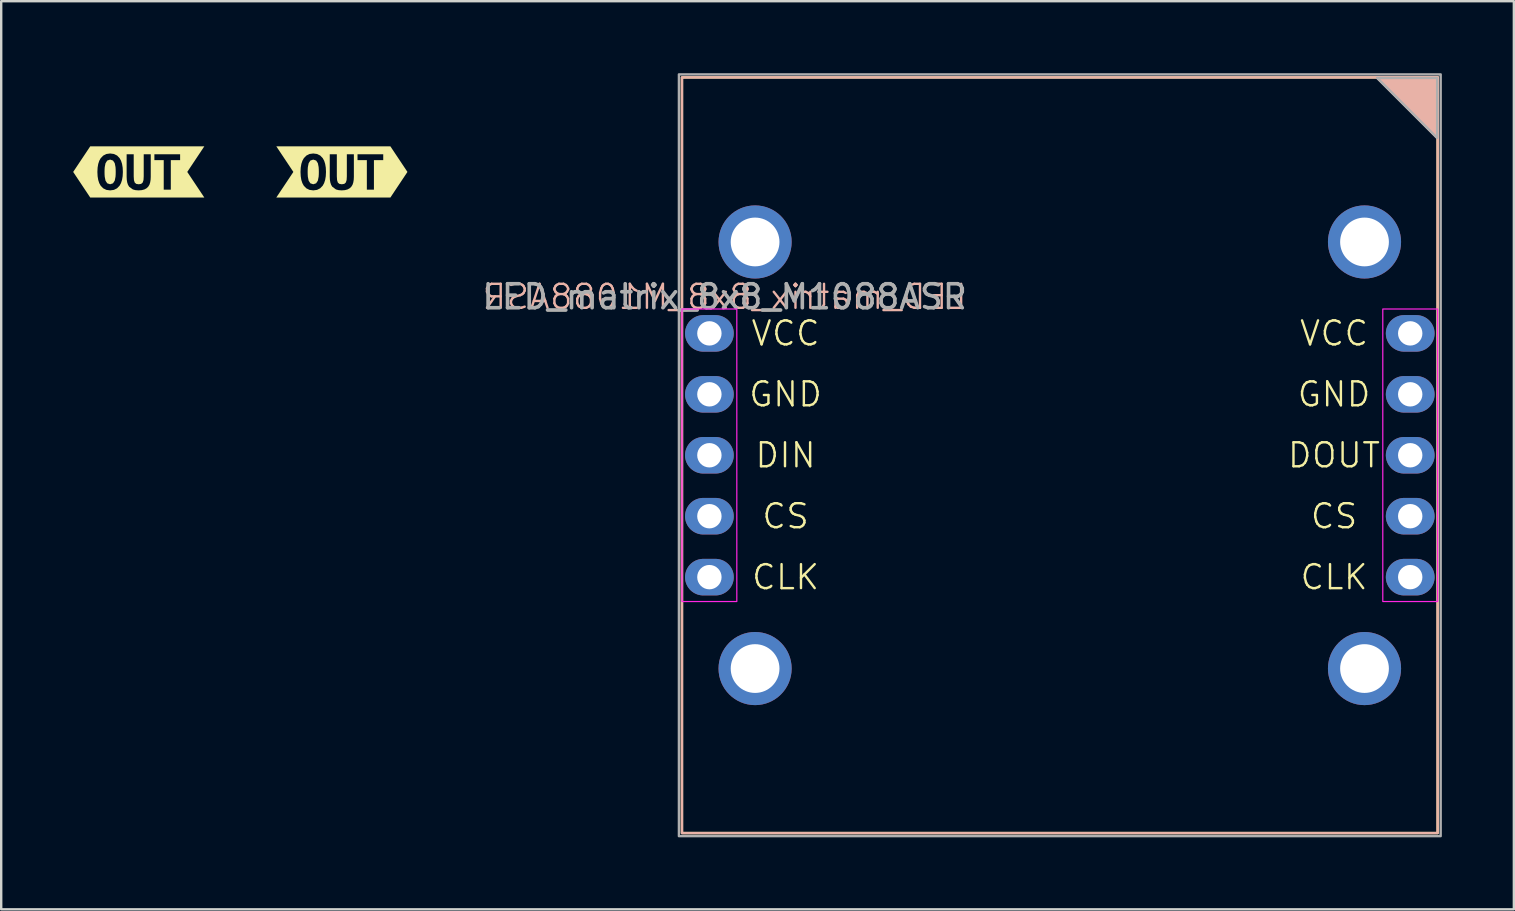
<source format=kicad_pcb>
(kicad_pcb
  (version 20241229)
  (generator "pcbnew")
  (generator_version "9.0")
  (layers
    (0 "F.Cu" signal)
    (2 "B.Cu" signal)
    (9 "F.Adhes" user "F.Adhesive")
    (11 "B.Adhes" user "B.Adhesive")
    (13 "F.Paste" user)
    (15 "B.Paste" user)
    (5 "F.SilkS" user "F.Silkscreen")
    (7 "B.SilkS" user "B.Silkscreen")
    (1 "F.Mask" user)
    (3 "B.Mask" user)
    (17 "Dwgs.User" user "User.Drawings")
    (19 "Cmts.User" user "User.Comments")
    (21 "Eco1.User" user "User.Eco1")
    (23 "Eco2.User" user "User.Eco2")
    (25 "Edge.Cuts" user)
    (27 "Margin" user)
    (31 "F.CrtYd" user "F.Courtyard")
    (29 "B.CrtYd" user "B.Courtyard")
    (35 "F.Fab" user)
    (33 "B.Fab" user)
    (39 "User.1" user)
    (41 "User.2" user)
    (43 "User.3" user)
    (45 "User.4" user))
  (footprint "kibuzzard-6461CA59"
    (layer "F.Cu")
    (at 11.199 4.116)
    (property "Reference" "kibuzzard-6461CA59" (at 0 -4.115 0) (layer "F.SilkS") (effects (font (size 0.001 0.001) (thickness 0.15))))
    (attr board_only exclude_from_pos_files exclude_from_bom)
    (fp_poly (pts (xy -1.426 0) (xy -1.424 0.104) (xy -1.418 0.201) (xy -1.385 0.364) (xy -1.314 0.474) (xy -1.193 0.514) (xy -1.073 0.474) (xy -1.001 0.363) (xy -0.968 0.2) (xy -0.962 0.104) (xy -0.96 0) (xy -0.962 -0.104) (xy -0.968 -0.201) (xy -1.001 -0.364) (xy -1.072 -0.474) (xy -1.193 -0.514) (xy -1.314 -0.474) (xy -1.385 -0.363) (xy -1.418 -0.2) (xy -1.424 -0.104) (xy -1.426 0)) (stroke (width 0) (type solid)) (fill yes) (layer "F.SilkS"))
    (fp_poly (pts (xy -1.724 -1.067) (xy -2.022 -1.067) (xy -2.733 -1.067) (xy -2.022 0) (xy -2.733 1.067) (xy -2.022 1.067) (xy -1.724 1.067) (xy -1.191 1.067) (xy -1.191 0.769) (xy -1.35 0.748) (xy -1.482 0.683) (xy -1.587 0.575) (xy -1.647 0.466) (xy -1.69 0.334) (xy -1.715 0.179) (xy -1.724 0) (xy -1.715 -0.179) (xy -1.689 -0.334) (xy -1.645 -0.466) (xy -1.584 -0.575) (xy -1.478 -0.683) (xy -1.348 -0.748) (xy -1.193 -0.769) (xy -1.034 -0.748) (xy -0.902 -0.683) (xy -0.798 -0.575) (xy -0.738 -0.466) (xy -0.696 -0.334) (xy -0.67 -0.179) (xy -0.662 0) (xy -0.671 0.179) (xy -0.697 0.334) (xy -0.74 0.466) (xy -0.8 0.575) (xy -0.905 0.683) (xy -1.035 0.748) (xy -1.191 0.769) (xy -1.191 1.067) (xy -0.007 1.067) (xy -0.007 0.769) (xy -0.138 0.759) (xy -0.246 0.73) (xy -0.4 0.617) (xy -0.449 0.535) (xy -0.481 0.438) (xy -0.499 0.327) (xy -0.505 0.205) (xy -0.505 -0.736) (xy -0.21 -0.736) (xy -0.21 0.186) (xy -0.2 0.342) (xy -0.168 0.443) (xy -0.105 0.498) (xy -0.002 0.514) (xy 0.1 0.498) (xy 0.164 0.442) (xy 0.198 0.339) (xy 0.207 0.183) (xy 0.207 -0.736) (xy 0.5 -0.736) (xy 0.5 0.205) (xy 0.494 0.327) (xy 0.476 0.438) (xy 0.444 0.535) (xy 0.393 0.617) (xy 0.324 0.682) (xy 0.236 0.73) (xy 0.126 0.759) (xy -0.007 0.769) (xy -0.007 1.067) (xy 1.336 1.067) (xy 1.336 0.738) (xy 1.041 0.738) (xy 1.041 -0.493) (xy 0.652 -0.493) (xy 0.652 -0.736) (xy 1.724 -0.736) (xy 1.724 -0.493) (xy 1.336 -0.493) (xy 1.336 0.738) (xy 1.336 1.067) (xy 1.724 1.067) (xy 2.022 1.067) (xy 2.733 0) (xy 2.022 -1.067) (xy 1.724 -1.067) (xy -1.724 -1.067)) (stroke (width 0) (type solid)) (fill yes) (layer "F.SilkS")))
  (footprint "LED_matrix_8x8_M1088ASR"
    (layer "F.Cu")
    (at 41.122 15.925)
    (property "Reference" "LED_matrix_8x8_M1088ASR" (at -13.97 -6.604 0) (unlocked yes) (layer "F.SilkS") (effects (font (size 1 1) (thickness 0.1))))
    (attr smd)
    (fp_rect (start 15.748 15.748) (end -15.748 -15.748) (stroke (width 0.1) (type default)) (fill no) (layer "F.SilkS"))
    (fp_poly (pts (xy 15.748 -15.748) (xy 15.748 -14.732) (xy 14.732 -15.748)) (stroke (width 0.1) (type solid)) (fill yes) (layer "F.SilkS"))
    (fp_rect (start 15.748 15.748) (end -15.748 -15.748) (stroke (width 0.1) (type default)) (fill no) (layer "B.SilkS"))
    (fp_poly (pts (xy 15.748 -13.208) (xy 15.748 -15.748) (xy 13.208 -15.748)) (stroke (width 0.1) (type solid)) (fill yes) (layer "B.SilkS"))
    (fp_rect (start -15.748 -6.096) (end -13.462 6.096) (stroke (width 0.05) (type default)) (fill no) (layer "F.CrtYd"))
    (fp_rect (start 13.462 -6.096) (end 15.748 6.096) (stroke (width 0.05) (type default)) (fill no) (layer "F.CrtYd"))
    (fp_rect (start 15.875 15.875) (end -15.875 -15.875) (stroke (width 0.1) (type default)) (fill no) (layer "F.Fab"))
    (fp_poly (pts (xy 15.728 -15.728) (xy 15.728 -13.228) (xy 13.228 -15.728)) (stroke (width 0.1) (type solid)) (fill no) (layer "F.Fab"))
    (fp_text user "GND" (at 11.43 -2.54 0) (unlocked yes) (layer "F.SilkS") (effects (font (size 1 1) (thickness 0.1))))
    (fp_text user "DOUT" (at 11.43 0 0) (unlocked yes) (layer "F.SilkS") (effects (font (size 1 1) (thickness 0.1))))
    (fp_text user "GND" (at -11.43 -2.54 0) (unlocked yes) (layer "F.SilkS") (effects (font (size 1 1) (thickness 0.1))))
    (fp_text user "VCC" (at -11.43 -5.08 0) (unlocked yes) (layer "F.SilkS") (effects (font (size 1 1) (thickness 0.1))))
    (fp_text user "VCC" (at 11.43 -5.08 0) (unlocked yes) (layer "F.SilkS") (effects (font (size 1 1) (thickness 0.1))))
    (fp_text user "CLK" (at -11.43 5.08 0) (unlocked yes) (layer "F.SilkS") (effects (font (size 1 1) (thickness 0.1))))
    (fp_text user "DIN" (at -11.43 0 0) (unlocked yes) (layer "F.SilkS") (effects (font (size 1 1) (thickness 0.1))))
    (fp_text user "CS" (at -11.43 2.54 0) (unlocked yes) (layer "F.SilkS") (effects (font (size 1 1) (thickness 0.1))))
    (fp_text user "CLK" (at 11.43 5.08 0) (unlocked yes) (layer "F.SilkS") (effects (font (size 1 1) (thickness 0.1))))
    (fp_text user "CS" (at 11.43 2.54 0) (unlocked yes) (layer "F.SilkS") (effects (font (size 1 1) (thickness 0.1))))
    (fp_text user "${REFERENCE}" (at -13.97 -6.604 0) (unlocked yes) (layer "B.SilkS") (effects (font (size 1 1) (thickness 0.1)) (justify mirror)))
    (fp_text user "${REFERENCE}" (at -13.97 -6.604 0) (unlocked yes) (layer "F.Fab") (effects (font (size 1 1) (thickness 0.15))))
    (pad "" np_thru_hole circle (at -12.7 -8.89) (size 3.048 3.048) (drill 2.032) (layers "*.Cu" "*.Mask"))
    (pad "" np_thru_hole circle (at -12.7 8.89) (size 3.048 3.048) (drill 2.032) (layers "*.Cu" "*.Mask"))
    (pad "" np_thru_hole circle (at 12.7 -8.89) (size 3.048 3.048) (drill 2.032) (layers "*.Cu" "*.Mask"))
    (pad "" np_thru_hole circle (at 12.7 8.89) (size 3.048 3.048) (drill 2.032) (layers "*.Cu" "*.Mask"))
    (pad "CLK" thru_hole oval (at -14.605 5.08 180) (size 2.032 1.524) (drill 1.016) (layers "*.Cu" "*.Mask"))
    (pad "CLK" thru_hole oval (at 14.605 5.08 180) (size 2.032 1.524) (drill 1.016) (layers "*.Cu" "*.Mask"))
    (pad "CS" thru_hole oval (at -14.605 2.54 180) (size 2.032 1.524) (drill 1.016) (layers "*.Cu" "*.Mask"))
    (pad "CS" thru_hole oval (at 14.605 2.54 180) (size 2.032 1.524) (drill 1.016) (layers "*.Cu" "*.Mask"))
    (pad "DIN" thru_hole oval (at -14.605 0 180) (size 2.032 1.524) (drill 1.016) (layers "*.Cu" "*.Mask"))
    (pad "DOUT" thru_hole oval (at 14.605 0 180) (size 2.032 1.524) (drill 1.016) (layers "*.Cu" "*.Mask"))
    (pad "GND" thru_hole oval (at -14.605 -2.54 180) (size 2.032 1.524) (drill 1.016) (layers "*.Cu" "*.Mask"))
    (pad "GND" thru_hole oval (at 14.605 -2.54 180) (size 2.032 1.524) (drill 1.016) (layers "*.Cu" "*.Mask"))
    (pad "VCC" thru_hole oval (at -14.605 -5.08 180) (size 2.032 1.524) (drill 1.016) (layers "*.Cu" "*.Mask"))
    (pad "VCC" thru_hole oval (at 14.605 -5.08 180) (size 2.032 1.524) (drill 1.016) (layers "*.Cu" "*.Mask")))
  (footprint "kibuzzard-6461CA6F"
    (layer "F.Cu")
    (at 2.733 4.116)
    (property "Reference" "kibuzzard-6461CA6F" (at 0 -4.115 0) (layer "F.SilkS") (effects (font (size 0.001 0.001) (thickness 0.15))))
    (attr board_only exclude_from_pos_files exclude_from_bom)
    (fp_poly (pts (xy -1.426 0) (xy -1.424 0.104) (xy -1.418 0.201) (xy -1.385 0.364) (xy -1.314 0.474) (xy -1.193 0.514) (xy -1.073 0.474) (xy -1.001 0.363) (xy -0.968 0.2) (xy -0.962 0.104) (xy -0.96 0) (xy -0.962 -0.104) (xy -0.968 -0.201) (xy -1.001 -0.364) (xy -1.072 -0.474) (xy -1.193 -0.514) (xy -1.314 -0.474) (xy -1.385 -0.363) (xy -1.418 -0.2) (xy -1.424 -0.104) (xy -1.426 0)) (stroke (width 0) (type solid)) (fill yes) (layer "F.SilkS"))
    (fp_poly (pts (xy -1.724 -1.067) (xy -2.022 -1.067) (xy -2.733 0) (xy -2.022 1.067) (xy -1.724 1.067) (xy -1.191 1.067) (xy -1.191 0.769) (xy -1.35 0.748) (xy -1.482 0.683) (xy -1.587 0.575) (xy -1.647 0.466) (xy -1.69 0.334) (xy -1.715 0.179) (xy -1.724 0) (xy -1.715 -0.179) (xy -1.689 -0.334) (xy -1.645 -0.466) (xy -1.584 -0.575) (xy -1.478 -0.683) (xy -1.348 -0.748) (xy -1.193 -0.769) (xy -1.034 -0.748) (xy -0.902 -0.683) (xy -0.798 -0.575) (xy -0.738 -0.466) (xy -0.696 -0.334) (xy -0.67 -0.179) (xy -0.662 0) (xy -0.671 0.179) (xy -0.697 0.334) (xy -0.74 0.466) (xy -0.8 0.575) (xy -0.905 0.683) (xy -1.035 0.748) (xy -1.191 0.769) (xy -1.191 1.067) (xy -0.007 1.067) (xy -0.007 0.769) (xy -0.138 0.759) (xy -0.246 0.73) (xy -0.4 0.617) (xy -0.449 0.535) (xy -0.481 0.438) (xy -0.499 0.327) (xy -0.505 0.205) (xy -0.505 -0.736) (xy -0.21 -0.736) (xy -0.21 0.186) (xy -0.2 0.342) (xy -0.168 0.443) (xy -0.105 0.498) (xy -0.002 0.514) (xy 0.1 0.498) (xy 0.164 0.442) (xy 0.198 0.339) (xy 0.207 0.183) (xy 0.207 -0.736) (xy 0.5 -0.736) (xy 0.5 0.205) (xy 0.494 0.327) (xy 0.476 0.438) (xy 0.444 0.535) (xy 0.393 0.617) (xy 0.324 0.682) (xy 0.236 0.73) (xy 0.126 0.759) (xy -0.007 0.769) (xy -0.007 1.067) (xy 1.336 1.067) (xy 1.336 0.738) (xy 1.041 0.738) (xy 1.041 -0.493) (xy 0.652 -0.493) (xy 0.652 -0.736) (xy 1.724 -0.736) (xy 1.724 -0.493) (xy 1.336 -0.493) (xy 1.336 0.738) (xy 1.336 1.067) (xy 1.724 1.067) (xy 2.022 1.067) (xy 2.733 1.067) (xy 2.022 0) (xy 2.733 -1.067) (xy 2.022 -1.067) (xy 1.724 -1.067) (xy -1.724 -1.067)) (stroke (width 0) (type solid)) (fill yes) (layer "F.SilkS")))
  (gr_rect
    (start -3 -3)
    (end 60.047 34.85)
    (stroke (width 0.1) (type default))
    (fill no)
    (layer "Edge.Cuts")))
</source>
